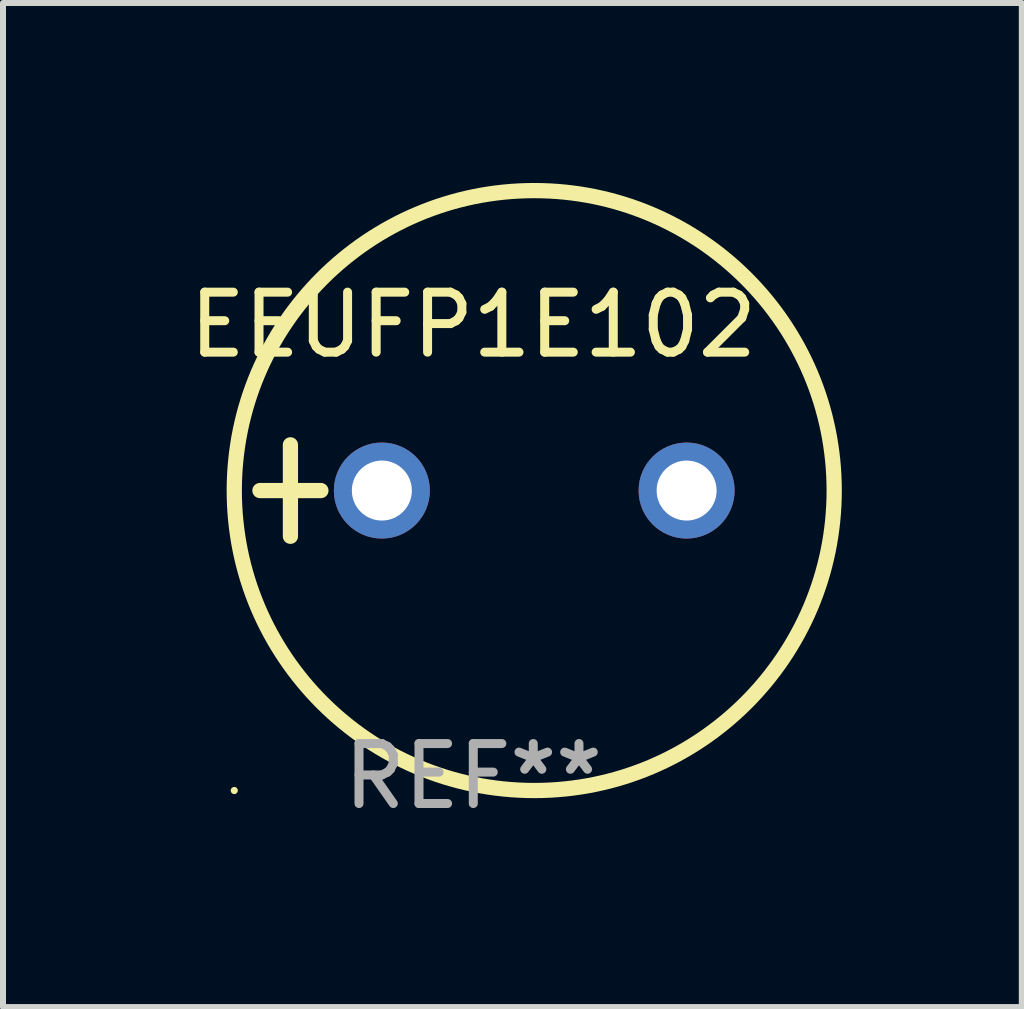
<source format=kicad_pcb>
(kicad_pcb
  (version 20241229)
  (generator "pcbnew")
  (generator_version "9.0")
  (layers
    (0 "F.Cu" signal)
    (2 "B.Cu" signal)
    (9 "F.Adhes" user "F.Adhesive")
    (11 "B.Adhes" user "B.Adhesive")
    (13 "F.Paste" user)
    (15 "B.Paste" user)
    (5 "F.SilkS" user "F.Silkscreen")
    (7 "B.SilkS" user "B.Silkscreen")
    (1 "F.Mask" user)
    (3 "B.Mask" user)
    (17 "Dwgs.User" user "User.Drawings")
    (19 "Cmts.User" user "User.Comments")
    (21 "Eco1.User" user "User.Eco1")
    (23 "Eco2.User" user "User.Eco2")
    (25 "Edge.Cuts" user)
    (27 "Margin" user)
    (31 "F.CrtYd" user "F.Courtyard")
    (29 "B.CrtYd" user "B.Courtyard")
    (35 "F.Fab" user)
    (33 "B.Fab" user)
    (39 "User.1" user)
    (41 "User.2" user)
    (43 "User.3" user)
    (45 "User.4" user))
  (footprint "EEUFP1E102"
    (layer "F.Cu")
    (at 4.839 5.127)
    (property "Reference" "EEUFP1E102" (at 0 -2.762 0) (layer "F.SilkS") (effects (font (size 1 1) (thickness 0.15))))
    (attr through_hole)
    (fp_line (start -3.556 0) (end -2.54 0) (stroke (width 0.254) (type solid)) (layer "F.SilkS"))
    (fp_line (start -3.048 -0.762) (end -3.048 0.762) (stroke (width 0.254) (type solid)) (layer "F.SilkS"))
    (fp_circle (center -3.984 5) (end -3.954 5) (stroke (width 0.06) (type solid)) (fill no) (layer "F.SilkS"))
    (fp_circle (center 1.016 0) (end 6.016 0) (stroke (width 0.254) (type solid)) (fill no) (layer "F.SilkS"))
    (fp_text user "REF**" (at 0 4.762 0) (layer "F.Fab") (effects (font (size 1 1) (thickness 0.15))))
    (pad "1" thru_hole circle (at -1.524 0) (size 1.6 1.6) (drill 1) (layers "*.Cu" "*.Mask"))
    (pad "2" thru_hole circle (at 3.556 0) (size 1.6 1.6) (drill 1) (layers "*.Cu" "*.Mask")))
  (gr_rect
    (start -3 -3)
    (end 13.982 13.737)
    (stroke (width 0.1) (type default))
    (fill no)
    (layer "Edge.Cuts")))
</source>
